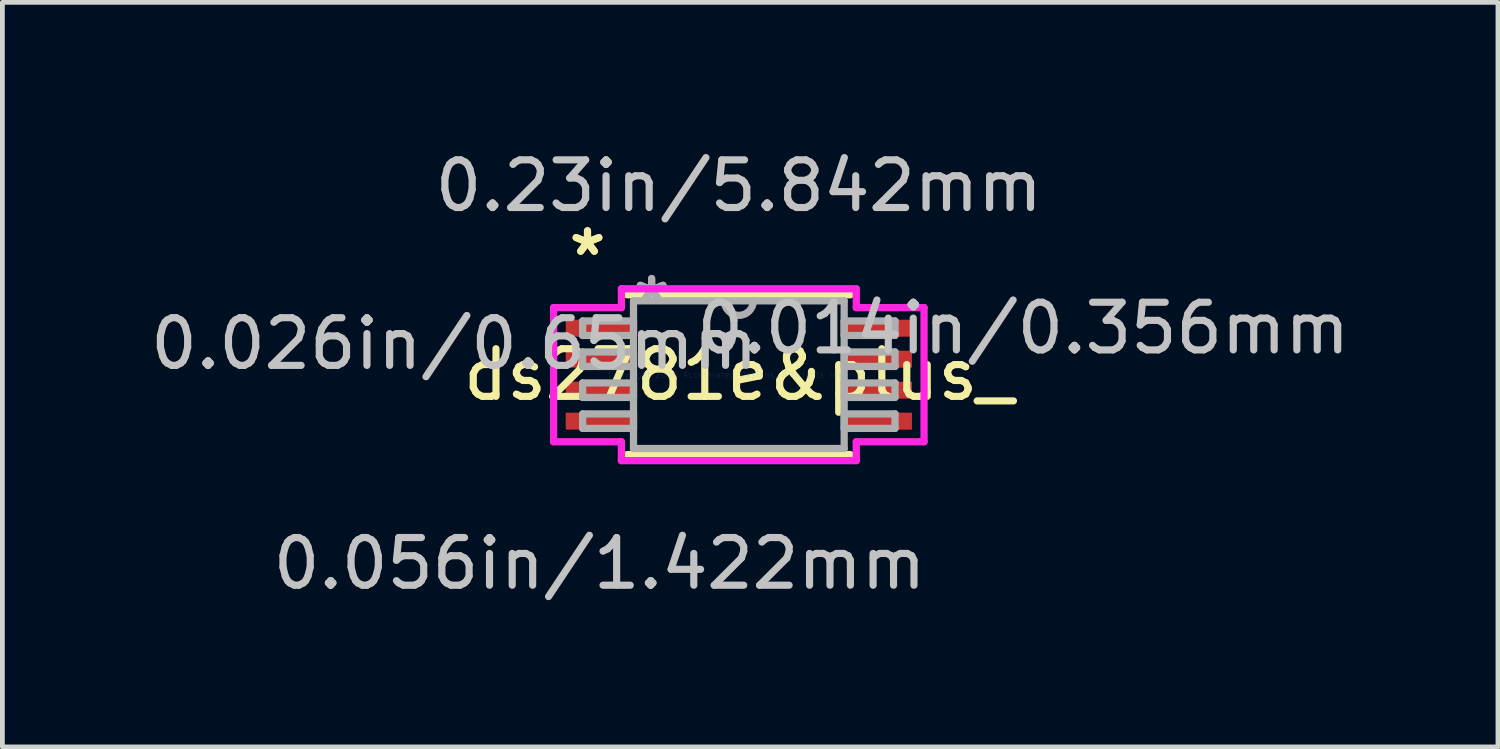
<source format=kicad_pcb>
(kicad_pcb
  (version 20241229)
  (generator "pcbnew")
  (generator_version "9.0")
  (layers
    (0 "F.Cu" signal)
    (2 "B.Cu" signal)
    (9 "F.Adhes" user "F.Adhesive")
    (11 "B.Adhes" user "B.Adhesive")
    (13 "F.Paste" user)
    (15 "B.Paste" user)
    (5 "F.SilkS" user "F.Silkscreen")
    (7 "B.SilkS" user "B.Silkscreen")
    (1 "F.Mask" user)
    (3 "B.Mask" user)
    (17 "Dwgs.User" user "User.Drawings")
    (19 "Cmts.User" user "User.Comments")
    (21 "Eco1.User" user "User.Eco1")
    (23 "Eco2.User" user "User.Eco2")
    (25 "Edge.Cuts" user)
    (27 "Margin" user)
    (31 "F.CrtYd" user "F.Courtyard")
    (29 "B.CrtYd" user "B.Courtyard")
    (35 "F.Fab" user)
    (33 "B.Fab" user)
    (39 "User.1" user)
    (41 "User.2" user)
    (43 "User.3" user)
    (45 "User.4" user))
  (footprint "ds2781e&plus_"
    (layer "F.Cu")
    (at 12.451 4.811)
    (property "Reference" "ds2781e&plus_" (at 0 0 0) (layer "F.SilkS") (effects (font (size 1 1) (thickness 0.15))))
    (attr through_hole)
    (fp_line (start -2.337 1.676) (end 2.337 1.676) (stroke (width 0.152) (type solid)) (layer "F.SilkS"))
    (fp_line (start 2.337 -1.676) (end -2.337 -1.676) (stroke (width 0.152) (type solid)) (layer "F.SilkS"))
    (fp_line (start -3.886 -1.407) (end -2.464 -1.407) (stroke (width 0.152) (type solid)) (layer "F.CrtYd"))
    (fp_line (start -3.886 1.407) (end -3.886 -1.407) (stroke (width 0.152) (type solid)) (layer "F.CrtYd"))
    (fp_line (start -2.464 -1.803) (end 2.464 -1.803) (stroke (width 0.152) (type solid)) (layer "F.CrtYd"))
    (fp_line (start -2.464 -1.407) (end -2.464 -1.803) (stroke (width 0.152) (type solid)) (layer "F.CrtYd"))
    (fp_line (start -2.464 1.407) (end -3.886 1.407) (stroke (width 0.152) (type solid)) (layer "F.CrtYd"))
    (fp_line (start -2.464 1.803) (end -2.464 1.407) (stroke (width 0.152) (type solid)) (layer "F.CrtYd"))
    (fp_line (start 2.464 -1.803) (end 2.464 -1.407) (stroke (width 0.152) (type solid)) (layer "F.CrtYd"))
    (fp_line (start 2.464 -1.407) (end 3.886 -1.407) (stroke (width 0.152) (type solid)) (layer "F.CrtYd"))
    (fp_line (start 2.464 1.407) (end 2.464 1.803) (stroke (width 0.152) (type solid)) (layer "F.CrtYd"))
    (fp_line (start 2.464 1.803) (end -2.464 1.803) (stroke (width 0.152) (type solid)) (layer "F.CrtYd"))
    (fp_line (start 3.886 -1.407) (end 3.886 1.407) (stroke (width 0.152) (type solid)) (layer "F.CrtYd"))
    (fp_line (start 3.886 1.407) (end 2.464 1.407) (stroke (width 0.152) (type solid)) (layer "F.CrtYd"))
    (fp_line (start -3.277 -1.127) (end -3.277 -0.823) (stroke (width 0.152) (type solid)) (layer "F.Fab"))
    (fp_line (start -3.277 -0.823) (end -2.21 -0.823) (stroke (width 0.152) (type solid)) (layer "F.Fab"))
    (fp_line (start -3.277 -0.477) (end -3.277 -0.173) (stroke (width 0.152) (type solid)) (layer "F.Fab"))
    (fp_line (start -3.277 -0.173) (end -2.21 -0.173) (stroke (width 0.152) (type solid)) (layer "F.Fab"))
    (fp_line (start -3.277 0.173) (end -3.277 0.477) (stroke (width 0.152) (type solid)) (layer "F.Fab"))
    (fp_line (start -3.277 0.477) (end -2.21 0.477) (stroke (width 0.152) (type solid)) (layer "F.Fab"))
    (fp_line (start -3.277 0.823) (end -3.277 1.127) (stroke (width 0.152) (type solid)) (layer "F.Fab"))
    (fp_line (start -3.277 1.127) (end -2.21 1.127) (stroke (width 0.152) (type solid)) (layer "F.Fab"))
    (fp_line (start -2.21 -1.549) (end -2.21 1.549) (stroke (width 0.152) (type solid)) (layer "F.Fab"))
    (fp_line (start -2.21 -1.127) (end -3.277 -1.127) (stroke (width 0.152) (type solid)) (layer "F.Fab"))
    (fp_line (start -2.21 -0.823) (end -2.21 -1.127) (stroke (width 0.152) (type solid)) (layer "F.Fab"))
    (fp_line (start -2.21 -0.477) (end -3.277 -0.477) (stroke (width 0.152) (type solid)) (layer "F.Fab"))
    (fp_line (start -2.21 -0.173) (end -2.21 -0.477) (stroke (width 0.152) (type solid)) (layer "F.Fab"))
    (fp_line (start -2.21 0.173) (end -3.277 0.173) (stroke (width 0.152) (type solid)) (layer "F.Fab"))
    (fp_line (start -2.21 0.477) (end -2.21 0.173) (stroke (width 0.152) (type solid)) (layer "F.Fab"))
    (fp_line (start -2.21 0.823) (end -3.277 0.823) (stroke (width 0.152) (type solid)) (layer "F.Fab"))
    (fp_line (start -2.21 1.127) (end -2.21 0.823) (stroke (width 0.152) (type solid)) (layer "F.Fab"))
    (fp_line (start -2.21 1.549) (end 2.21 1.549) (stroke (width 0.152) (type solid)) (layer "F.Fab"))
    (fp_line (start 2.21 -1.549) (end -2.21 -1.549) (stroke (width 0.152) (type solid)) (layer "F.Fab"))
    (fp_line (start 2.21 -1.127) (end 2.21 -0.823) (stroke (width 0.152) (type solid)) (layer "F.Fab"))
    (fp_line (start 2.21 -0.823) (end 3.277 -0.823) (stroke (width 0.152) (type solid)) (layer "F.Fab"))
    (fp_line (start 2.21 -0.477) (end 2.21 -0.173) (stroke (width 0.152) (type solid)) (layer "F.Fab"))
    (fp_line (start 2.21 -0.173) (end 3.277 -0.173) (stroke (width 0.152) (type solid)) (layer "F.Fab"))
    (fp_line (start 2.21 0.173) (end 2.21 0.477) (stroke (width 0.152) (type solid)) (layer "F.Fab"))
    (fp_line (start 2.21 0.477) (end 3.277 0.477) (stroke (width 0.152) (type solid)) (layer "F.Fab"))
    (fp_line (start 2.21 0.823) (end 2.21 1.127) (stroke (width 0.152) (type solid)) (layer "F.Fab"))
    (fp_line (start 2.21 1.127) (end 3.277 1.127) (stroke (width 0.152) (type solid)) (layer "F.Fab"))
    (fp_line (start 2.21 1.549) (end 2.21 -1.549) (stroke (width 0.152) (type solid)) (layer "F.Fab"))
    (fp_line (start 3.277 -1.127) (end 2.21 -1.127) (stroke (width 0.152) (type solid)) (layer "F.Fab"))
    (fp_line (start 3.277 -0.823) (end 3.277 -1.127) (stroke (width 0.152) (type solid)) (layer "F.Fab"))
    (fp_line (start 3.277 -0.477) (end 2.21 -0.477) (stroke (width 0.152) (type solid)) (layer "F.Fab"))
    (fp_line (start 3.277 -0.173) (end 3.277 -0.477) (stroke (width 0.152) (type solid)) (layer "F.Fab"))
    (fp_line (start 3.277 0.173) (end 2.21 0.173) (stroke (width 0.152) (type solid)) (layer "F.Fab"))
    (fp_line (start 3.277 0.477) (end 3.277 0.173) (stroke (width 0.152) (type solid)) (layer "F.Fab"))
    (fp_line (start 3.277 0.823) (end 2.21 0.823) (stroke (width 0.152) (type solid)) (layer "F.Fab"))
    (fp_line (start 3.277 1.127) (end 3.277 0.823) (stroke (width 0.152) (type solid)) (layer "F.Fab"))
    (fp_arc (start 0.3048 -1.5494) (mid 0 -1.2446) (end -0.3048 -1.5494) (stroke (width 0.1524) (type solid)) (layer "F.Fab"))
    (fp_text user "*" (at -3.175 -2.474 0) (layer "F.SilkS") (effects (font (size 1 1) (thickness 0.15))))
    (fp_text user "*" (at -3.175 -2.474 0) (layer "F.SilkS") (effects (font (size 1 1) (thickness 0.15))))
    (fp_text user "0.026in/0.65mm" (at -5.969 -0.65 0) (layer "Dwgs.User") (effects (font (size 1 1) (thickness 0.15))))
    (fp_text user "0.23in/5.842mm" (at 0 -3.962 0) (layer "Dwgs.User") (effects (font (size 1 1) (thickness 0.15))))
    (fp_text user "0.014in/0.356mm" (at 5.969 -0.975 0) (layer "Dwgs.User") (effects (font (size 1 1) (thickness 0.15))))
    (fp_text user "0.056in/1.422mm" (at -2.921 3.962 0) (layer "Dwgs.User") (effects (font (size 1 1) (thickness 0.15))))
    (fp_text user "Copyright 2016 Accelerated Designs. All rights reserved." (at 0 0 0) (layer "Cmts.User") (effects (font (size 0.127 0.127) (thickness 0.002))))
    (fp_text user "*" (at -1.829 -1.473 0) (layer "F.Fab") (effects (font (size 1 1) (thickness 0.15))))
    (fp_text user "*" (at -1.829 -1.473 0) (layer "F.Fab") (effects (font (size 1 1) (thickness 0.15))))
    (pad "1" smd rect (at -2.921 -0.975) (size 1.422 0.356) (layers "F.Cu" "F.Mask" "F.Paste"))
    (pad "2" smd rect (at -2.921 -0.325) (size 1.422 0.356) (layers "F.Cu" "F.Mask" "F.Paste"))
    (pad "3" smd rect (at -2.921 0.325) (size 1.422 0.356) (layers "F.Cu" "F.Mask" "F.Paste"))
    (pad "4" smd rect (at -2.921 0.975) (size 1.422 0.356) (layers "F.Cu" "F.Mask" "F.Paste"))
    (pad "5" smd rect (at 2.921 0.975) (size 1.422 0.356) (layers "F.Cu" "F.Mask" "F.Paste"))
    (pad "6" smd rect (at 2.921 0.325) (size 1.422 0.356) (layers "F.Cu" "F.Mask" "F.Paste"))
    (pad "7" smd rect (at 2.921 -0.325) (size 1.422 0.356) (layers "F.Cu" "F.Mask" "F.Paste"))
    (pad "8" smd rect (at 2.921 -0.975) (size 1.422 0.356) (layers "F.Cu" "F.Mask" "F.Paste")))
  (gr_rect
    (start -3 -3)
    (end 28.378 12.621)
    (stroke (width 0.1) (type default))
    (fill no)
    (layer "Edge.Cuts")))
</source>
